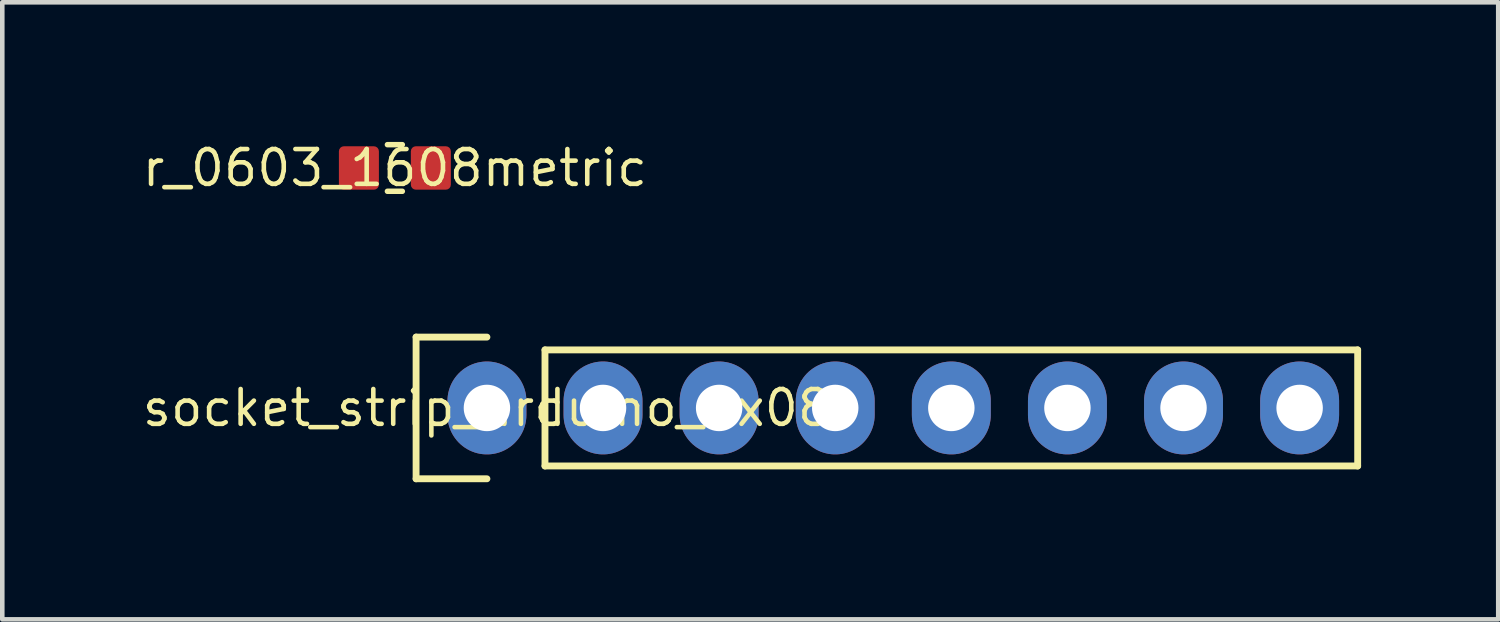
<source format=kicad_pcb>
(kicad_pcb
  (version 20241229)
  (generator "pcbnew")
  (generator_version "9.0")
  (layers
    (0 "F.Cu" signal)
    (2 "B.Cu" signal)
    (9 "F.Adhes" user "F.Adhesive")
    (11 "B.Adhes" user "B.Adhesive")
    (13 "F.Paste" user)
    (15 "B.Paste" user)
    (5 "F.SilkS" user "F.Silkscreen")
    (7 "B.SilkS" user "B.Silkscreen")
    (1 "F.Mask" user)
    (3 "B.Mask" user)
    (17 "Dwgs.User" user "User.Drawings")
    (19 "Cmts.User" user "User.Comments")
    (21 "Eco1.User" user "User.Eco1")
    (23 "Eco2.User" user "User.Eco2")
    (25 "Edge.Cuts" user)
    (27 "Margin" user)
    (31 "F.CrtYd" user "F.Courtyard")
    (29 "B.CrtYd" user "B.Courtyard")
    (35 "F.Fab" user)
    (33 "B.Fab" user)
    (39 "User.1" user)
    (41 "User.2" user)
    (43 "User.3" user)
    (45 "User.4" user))
  (footprint "r_0603_1608metric"
    (layer "F.Cu")
    (at 5.589 0.625)
    (property "Reference" "r_0603_1608metric" (at 0 0 0) (layer "F.SilkS") (effects (font (size 0.762 0.762) (thickness 0.1))))
    (attr through_hole)
    (fp_poly (pts (xy -0.2 -0.366) (xy -0.205 -0.416) (xy -0.22 -0.465) (xy -0.244 -0.51) (xy -0.276 -0.549) (xy -0.315 -0.581) (xy -0.36 -0.605) (xy -0.409 -0.62) (xy -0.459 -0.625) (xy -1.116 -0.625) (xy -1.166 -0.62) (xy -1.215 -0.605) (xy -1.26 -0.581) (xy -1.299 -0.549) (xy -1.331 -0.51) (xy -1.355 -0.465) (xy -1.37 -0.416) (xy -1.375 -0.366) (xy -1.375 0.366) (xy -1.37 0.416) (xy -1.355 0.465) (xy -1.331 0.51) (xy -1.299 0.549) (xy -1.26 0.581) (xy -1.215 0.605) (xy -1.166 0.62) (xy -1.116 0.625) (xy -0.459 0.625) (xy -0.409 0.62) (xy -0.36 0.605) (xy -0.315 0.581) (xy -0.276 0.549) (xy -0.244 0.51) (xy -0.22 0.465) (xy -0.205 0.416) (xy -0.2 0.366)) (stroke (width 0) (type solid)) (fill yes) (layer "F.Mask"))
    (fp_poly (pts (xy 1.375 -0.366) (xy 1.37 -0.416) (xy 1.355 -0.465) (xy 1.331 -0.51) (xy 1.299 -0.549) (xy 1.26 -0.581) (xy 1.215 -0.605) (xy 1.166 -0.62) (xy 1.116 -0.625) (xy 0.459 -0.625) (xy 0.409 -0.62) (xy 0.36 -0.605) (xy 0.315 -0.581) (xy 0.276 -0.549) (xy 0.244 -0.51) (xy 0.22 -0.465) (xy 0.205 -0.416) (xy 0.2 -0.366) (xy 0.2 0.366) (xy 0.205 0.416) (xy 0.22 0.465) (xy 0.244 0.51) (xy 0.276 0.549) (xy 0.315 0.581) (xy 0.36 0.605) (xy 0.409 0.62) (xy 0.459 0.625) (xy 1.116 0.625) (xy 1.166 0.62) (xy 1.215 0.605) (xy 1.26 0.581) (xy 1.299 0.549) (xy 1.331 0.51) (xy 1.355 0.465) (xy 1.37 0.416) (xy 1.375 0.366)) (stroke (width 0) (type solid)) (fill yes) (layer "F.Mask"))
    (fp_line (start -0.163 -0.51) (end 0.163 -0.51) (stroke (width 0.12) (type solid)) (layer "F.SilkS"))
    (fp_line (start -0.163 0.51) (end 0.163 0.51) (stroke (width 0.12) (type solid)) (layer "F.SilkS"))
    (pad "1" smd roundrect (at -0.787 0) (size 0.875 0.95) (layers "F.Cu" "F.Paste") (roundrect_rratio 0.125))
    (pad "2" smd roundrect (at 0.787 0) (size 0.875 0.95) (layers "F.Cu" "F.Paste") (roundrect_rratio 0.125)))
  (footprint "socket_strip_arduino_1x08"
    (layer "F.Cu")
    (at 7.603 5.875)
    (property "Reference" "socket_strip_arduino_1x08" (at 0 0 0) (layer "F.SilkS") (effects (font (size 0.762 0.762) (thickness 0.1))))
    (attr through_hole)
    (fp_poly (pts (xy 1.014 -0.152) (xy 0.994 -0.35) (xy 0.936 -0.54) (xy 0.843 -0.716) (xy 0.717 -0.869) (xy 0.563 -0.995) (xy 0.388 -1.089) (xy 0.198 -1.147) (xy 0 -1.166) (xy -0.198 -1.147) (xy -0.388 -1.089) (xy -0.563 -0.995) (xy -0.717 -0.869) (xy -0.843 -0.716) (xy -0.936 -0.54) (xy -0.994 -0.35) (xy -1.014 -0.152) (xy -1.014 0.152) (xy -0.994 0.35) (xy -0.936 0.54) (xy -0.843 0.716) (xy -0.717 0.869) (xy -0.563 0.995) (xy -0.388 1.089) (xy -0.198 1.147) (xy 0 1.166) (xy 0.198 1.147) (xy 0.388 1.089) (xy 0.563 0.995) (xy 0.717 0.869) (xy 0.843 0.716) (xy 0.936 0.54) (xy 0.994 0.35) (xy 1.014 0.152)) (stroke (width 0) (type solid)) (fill yes) (layer "F.Mask"))
    (fp_poly (pts (xy 3.554 -0.152) (xy 3.534 -0.35) (xy 3.476 -0.54) (xy 3.383 -0.716) (xy 3.257 -0.869) (xy 3.103 -0.995) (xy 2.928 -1.089) (xy 2.738 -1.147) (xy 2.54 -1.166) (xy 2.342 -1.147) (xy 2.152 -1.089) (xy 1.977 -0.995) (xy 1.823 -0.869) (xy 1.697 -0.716) (xy 1.604 -0.54) (xy 1.546 -0.35) (xy 1.526 -0.152) (xy 1.526 0.152) (xy 1.546 0.35) (xy 1.604 0.54) (xy 1.697 0.716) (xy 1.823 0.869) (xy 1.977 0.995) (xy 2.152 1.089) (xy 2.342 1.147) (xy 2.54 1.166) (xy 2.738 1.147) (xy 2.928 1.089) (xy 3.103 0.995) (xy 3.257 0.869) (xy 3.383 0.716) (xy 3.476 0.54) (xy 3.534 0.35) (xy 3.554 0.152)) (stroke (width 0) (type solid)) (fill yes) (layer "F.Mask"))
    (fp_poly (pts (xy 6.094 -0.152) (xy 6.074 -0.35) (xy 6.016 -0.54) (xy 5.923 -0.716) (xy 5.797 -0.869) (xy 5.643 -0.995) (xy 5.468 -1.089) (xy 5.278 -1.147) (xy 5.08 -1.166) (xy 4.882 -1.147) (xy 4.692 -1.089) (xy 4.517 -0.995) (xy 4.363 -0.869) (xy 4.237 -0.716) (xy 4.144 -0.54) (xy 4.086 -0.35) (xy 4.066 -0.152) (xy 4.066 0.152) (xy 4.086 0.35) (xy 4.144 0.54) (xy 4.237 0.716) (xy 4.363 0.869) (xy 4.517 0.995) (xy 4.692 1.089) (xy 4.882 1.147) (xy 5.08 1.166) (xy 5.278 1.147) (xy 5.468 1.089) (xy 5.643 0.995) (xy 5.797 0.869) (xy 5.923 0.716) (xy 6.016 0.54) (xy 6.074 0.35) (xy 6.094 0.152)) (stroke (width 0) (type solid)) (fill yes) (layer "F.Mask"))
    (fp_poly (pts (xy 8.634 -0.152) (xy 8.614 -0.35) (xy 8.556 -0.54) (xy 8.463 -0.716) (xy 8.337 -0.869) (xy 8.183 -0.995) (xy 8.008 -1.089) (xy 7.818 -1.147) (xy 7.62 -1.166) (xy 7.422 -1.147) (xy 7.232 -1.089) (xy 7.057 -0.995) (xy 6.903 -0.869) (xy 6.777 -0.716) (xy 6.684 -0.54) (xy 6.626 -0.35) (xy 6.606 -0.152) (xy 6.606 0.152) (xy 6.626 0.35) (xy 6.684 0.54) (xy 6.777 0.716) (xy 6.903 0.869) (xy 7.057 0.995) (xy 7.232 1.089) (xy 7.422 1.147) (xy 7.62 1.166) (xy 7.818 1.147) (xy 8.008 1.089) (xy 8.183 0.995) (xy 8.337 0.869) (xy 8.463 0.716) (xy 8.556 0.54) (xy 8.614 0.35) (xy 8.634 0.152)) (stroke (width 0) (type solid)) (fill yes) (layer "F.Mask"))
    (fp_poly (pts (xy 11.174 -0.152) (xy 11.154 -0.35) (xy 11.096 -0.54) (xy 11.003 -0.716) (xy 10.877 -0.869) (xy 10.723 -0.995) (xy 10.548 -1.089) (xy 10.358 -1.147) (xy 10.16 -1.166) (xy 9.962 -1.147) (xy 9.772 -1.089) (xy 9.597 -0.995) (xy 9.443 -0.869) (xy 9.317 -0.716) (xy 9.224 -0.54) (xy 9.166 -0.35) (xy 9.146 -0.152) (xy 9.146 0.152) (xy 9.166 0.35) (xy 9.224 0.54) (xy 9.317 0.716) (xy 9.443 0.869) (xy 9.597 0.995) (xy 9.772 1.089) (xy 9.962 1.147) (xy 10.16 1.166) (xy 10.358 1.147) (xy 10.548 1.089) (xy 10.723 0.995) (xy 10.877 0.869) (xy 11.003 0.716) (xy 11.096 0.54) (xy 11.154 0.35) (xy 11.174 0.152)) (stroke (width 0) (type solid)) (fill yes) (layer "F.Mask"))
    (fp_poly (pts (xy 13.714 -0.152) (xy 13.694 -0.35) (xy 13.636 -0.54) (xy 13.543 -0.716) (xy 13.417 -0.869) (xy 13.263 -0.995) (xy 13.088 -1.089) (xy 12.898 -1.147) (xy 12.7 -1.166) (xy 12.502 -1.147) (xy 12.312 -1.089) (xy 12.137 -0.995) (xy 11.983 -0.869) (xy 11.857 -0.716) (xy 11.764 -0.54) (xy 11.706 -0.35) (xy 11.686 -0.152) (xy 11.686 0.152) (xy 11.706 0.35) (xy 11.764 0.54) (xy 11.857 0.716) (xy 11.983 0.869) (xy 12.137 0.995) (xy 12.312 1.089) (xy 12.502 1.147) (xy 12.7 1.166) (xy 12.898 1.147) (xy 13.088 1.089) (xy 13.263 0.995) (xy 13.417 0.869) (xy 13.543 0.716) (xy 13.636 0.54) (xy 13.694 0.35) (xy 13.714 0.152)) (stroke (width 0) (type solid)) (fill yes) (layer "F.Mask"))
    (fp_poly (pts (xy 16.254 -0.152) (xy 16.234 -0.35) (xy 16.176 -0.54) (xy 16.083 -0.716) (xy 15.957 -0.869) (xy 15.803 -0.995) (xy 15.628 -1.089) (xy 15.438 -1.147) (xy 15.24 -1.166) (xy 15.042 -1.147) (xy 14.852 -1.089) (xy 14.677 -0.995) (xy 14.523 -0.869) (xy 14.397 -0.716) (xy 14.304 -0.54) (xy 14.246 -0.35) (xy 14.226 -0.152) (xy 14.226 0.152) (xy 14.246 0.35) (xy 14.304 0.54) (xy 14.397 0.716) (xy 14.523 0.869) (xy 14.677 0.995) (xy 14.852 1.089) (xy 15.042 1.147) (xy 15.24 1.166) (xy 15.438 1.147) (xy 15.628 1.089) (xy 15.803 0.995) (xy 15.957 0.869) (xy 16.083 0.716) (xy 16.176 0.54) (xy 16.234 0.35) (xy 16.254 0.152)) (stroke (width 0) (type solid)) (fill yes) (layer "F.Mask"))
    (fp_poly (pts (xy 18.794 -0.152) (xy 18.774 -0.35) (xy 18.716 -0.54) (xy 18.623 -0.716) (xy 18.497 -0.869) (xy 18.343 -0.995) (xy 18.168 -1.089) (xy 17.978 -1.147) (xy 17.78 -1.166) (xy 17.582 -1.147) (xy 17.392 -1.089) (xy 17.217 -0.995) (xy 17.063 -0.869) (xy 16.937 -0.716) (xy 16.844 -0.54) (xy 16.786 -0.35) (xy 16.766 -0.152) (xy 16.766 0.152) (xy 16.786 0.35) (xy 16.844 0.54) (xy 16.937 0.716) (xy 17.063 0.869) (xy 17.217 0.995) (xy 17.392 1.089) (xy 17.582 1.147) (xy 17.78 1.166) (xy 17.978 1.147) (xy 18.168 1.089) (xy 18.343 0.995) (xy 18.497 0.869) (xy 18.623 0.716) (xy 18.716 0.54) (xy 18.774 0.35) (xy 18.794 0.152)) (stroke (width 0) (type solid)) (fill yes) (layer "F.Mask"))
    (fp_poly (pts (xy 1.014 -0.152) (xy 0.994 -0.35) (xy 0.936 -0.54) (xy 0.843 -0.716) (xy 0.717 -0.869) (xy 0.563 -0.995) (xy 0.388 -1.089) (xy 0.198 -1.147) (xy 0 -1.166) (xy -0.198 -1.147) (xy -0.388 -1.089) (xy -0.563 -0.995) (xy -0.717 -0.869) (xy -0.843 -0.716) (xy -0.936 -0.54) (xy -0.994 -0.35) (xy -1.014 -0.152) (xy -1.014 0.152) (xy -0.994 0.35) (xy -0.936 0.54) (xy -0.843 0.716) (xy -0.717 0.869) (xy -0.563 0.995) (xy -0.388 1.089) (xy -0.198 1.147) (xy 0 1.166) (xy 0.198 1.147) (xy 0.388 1.089) (xy 0.563 0.995) (xy 0.717 0.869) (xy 0.843 0.716) (xy 0.936 0.54) (xy 0.994 0.35) (xy 1.014 0.152)) (stroke (width 0) (type solid)) (fill yes) (layer "B.Mask"))
    (fp_poly (pts (xy 3.554 -0.152) (xy 3.534 -0.35) (xy 3.476 -0.54) (xy 3.383 -0.716) (xy 3.257 -0.869) (xy 3.103 -0.995) (xy 2.928 -1.089) (xy 2.738 -1.147) (xy 2.54 -1.166) (xy 2.342 -1.147) (xy 2.152 -1.089) (xy 1.977 -0.995) (xy 1.823 -0.869) (xy 1.697 -0.716) (xy 1.604 -0.54) (xy 1.546 -0.35) (xy 1.526 -0.152) (xy 1.526 0.152) (xy 1.546 0.35) (xy 1.604 0.54) (xy 1.697 0.716) (xy 1.823 0.869) (xy 1.977 0.995) (xy 2.152 1.089) (xy 2.342 1.147) (xy 2.54 1.166) (xy 2.738 1.147) (xy 2.928 1.089) (xy 3.103 0.995) (xy 3.257 0.869) (xy 3.383 0.716) (xy 3.476 0.54) (xy 3.534 0.35) (xy 3.554 0.152)) (stroke (width 0) (type solid)) (fill yes) (layer "B.Mask"))
    (fp_poly (pts (xy 6.094 -0.152) (xy 6.074 -0.35) (xy 6.016 -0.54) (xy 5.923 -0.716) (xy 5.797 -0.869) (xy 5.643 -0.995) (xy 5.468 -1.089) (xy 5.278 -1.147) (xy 5.08 -1.166) (xy 4.882 -1.147) (xy 4.692 -1.089) (xy 4.517 -0.995) (xy 4.363 -0.869) (xy 4.237 -0.716) (xy 4.144 -0.54) (xy 4.086 -0.35) (xy 4.066 -0.152) (xy 4.066 0.152) (xy 4.086 0.35) (xy 4.144 0.54) (xy 4.237 0.716) (xy 4.363 0.869) (xy 4.517 0.995) (xy 4.692 1.089) (xy 4.882 1.147) (xy 5.08 1.166) (xy 5.278 1.147) (xy 5.468 1.089) (xy 5.643 0.995) (xy 5.797 0.869) (xy 5.923 0.716) (xy 6.016 0.54) (xy 6.074 0.35) (xy 6.094 0.152)) (stroke (width 0) (type solid)) (fill yes) (layer "B.Mask"))
    (fp_poly (pts (xy 8.634 -0.152) (xy 8.614 -0.35) (xy 8.556 -0.54) (xy 8.463 -0.716) (xy 8.337 -0.869) (xy 8.183 -0.995) (xy 8.008 -1.089) (xy 7.818 -1.147) (xy 7.62 -1.166) (xy 7.422 -1.147) (xy 7.232 -1.089) (xy 7.057 -0.995) (xy 6.903 -0.869) (xy 6.777 -0.716) (xy 6.684 -0.54) (xy 6.626 -0.35) (xy 6.606 -0.152) (xy 6.606 0.152) (xy 6.626 0.35) (xy 6.684 0.54) (xy 6.777 0.716) (xy 6.903 0.869) (xy 7.057 0.995) (xy 7.232 1.089) (xy 7.422 1.147) (xy 7.62 1.166) (xy 7.818 1.147) (xy 8.008 1.089) (xy 8.183 0.995) (xy 8.337 0.869) (xy 8.463 0.716) (xy 8.556 0.54) (xy 8.614 0.35) (xy 8.634 0.152)) (stroke (width 0) (type solid)) (fill yes) (layer "B.Mask"))
    (fp_poly (pts (xy 11.174 -0.152) (xy 11.154 -0.35) (xy 11.096 -0.54) (xy 11.003 -0.716) (xy 10.877 -0.869) (xy 10.723 -0.995) (xy 10.548 -1.089) (xy 10.358 -1.147) (xy 10.16 -1.166) (xy 9.962 -1.147) (xy 9.772 -1.089) (xy 9.597 -0.995) (xy 9.443 -0.869) (xy 9.317 -0.716) (xy 9.224 -0.54) (xy 9.166 -0.35) (xy 9.146 -0.152) (xy 9.146 0.152) (xy 9.166 0.35) (xy 9.224 0.54) (xy 9.317 0.716) (xy 9.443 0.869) (xy 9.597 0.995) (xy 9.772 1.089) (xy 9.962 1.147) (xy 10.16 1.166) (xy 10.358 1.147) (xy 10.548 1.089) (xy 10.723 0.995) (xy 10.877 0.869) (xy 11.003 0.716) (xy 11.096 0.54) (xy 11.154 0.35) (xy 11.174 0.152)) (stroke (width 0) (type solid)) (fill yes) (layer "B.Mask"))
    (fp_poly (pts (xy 13.714 -0.152) (xy 13.694 -0.35) (xy 13.636 -0.54) (xy 13.543 -0.716) (xy 13.417 -0.869) (xy 13.263 -0.995) (xy 13.088 -1.089) (xy 12.898 -1.147) (xy 12.7 -1.166) (xy 12.502 -1.147) (xy 12.312 -1.089) (xy 12.137 -0.995) (xy 11.983 -0.869) (xy 11.857 -0.716) (xy 11.764 -0.54) (xy 11.706 -0.35) (xy 11.686 -0.152) (xy 11.686 0.152) (xy 11.706 0.35) (xy 11.764 0.54) (xy 11.857 0.716) (xy 11.983 0.869) (xy 12.137 0.995) (xy 12.312 1.089) (xy 12.502 1.147) (xy 12.7 1.166) (xy 12.898 1.147) (xy 13.088 1.089) (xy 13.263 0.995) (xy 13.417 0.869) (xy 13.543 0.716) (xy 13.636 0.54) (xy 13.694 0.35) (xy 13.714 0.152)) (stroke (width 0) (type solid)) (fill yes) (layer "B.Mask"))
    (fp_poly (pts (xy 16.254 -0.152) (xy 16.234 -0.35) (xy 16.176 -0.54) (xy 16.083 -0.716) (xy 15.957 -0.869) (xy 15.803 -0.995) (xy 15.628 -1.089) (xy 15.438 -1.147) (xy 15.24 -1.166) (xy 15.042 -1.147) (xy 14.852 -1.089) (xy 14.677 -0.995) (xy 14.523 -0.869) (xy 14.397 -0.716) (xy 14.304 -0.54) (xy 14.246 -0.35) (xy 14.226 -0.152) (xy 14.226 0.152) (xy 14.246 0.35) (xy 14.304 0.54) (xy 14.397 0.716) (xy 14.523 0.869) (xy 14.677 0.995) (xy 14.852 1.089) (xy 15.042 1.147) (xy 15.24 1.166) (xy 15.438 1.147) (xy 15.628 1.089) (xy 15.803 0.995) (xy 15.957 0.869) (xy 16.083 0.716) (xy 16.176 0.54) (xy 16.234 0.35) (xy 16.254 0.152)) (stroke (width 0) (type solid)) (fill yes) (layer "B.Mask"))
    (fp_poly (pts (xy 18.794 -0.152) (xy 18.774 -0.35) (xy 18.716 -0.54) (xy 18.623 -0.716) (xy 18.497 -0.869) (xy 18.343 -0.995) (xy 18.168 -1.089) (xy 17.978 -1.147) (xy 17.78 -1.166) (xy 17.582 -1.147) (xy 17.392 -1.089) (xy 17.217 -0.995) (xy 17.063 -0.869) (xy 16.937 -0.716) (xy 16.844 -0.54) (xy 16.786 -0.35) (xy 16.766 -0.152) (xy 16.766 0.152) (xy 16.786 0.35) (xy 16.844 0.54) (xy 16.937 0.716) (xy 17.063 0.869) (xy 17.217 0.995) (xy 17.392 1.089) (xy 17.582 1.147) (xy 17.78 1.166) (xy 17.978 1.147) (xy 18.168 1.089) (xy 18.343 0.995) (xy 18.497 0.869) (xy 18.623 0.716) (xy 18.716 0.54) (xy 18.774 0.35) (xy 18.794 0.152)) (stroke (width 0) (type solid)) (fill yes) (layer "B.Mask"))
    (fp_line (start -1.55 -1.55) (end -1.55 1.55) (stroke (width 0.15) (type solid)) (layer "F.SilkS"))
    (fp_line (start -1.55 1.55) (end 0 1.55) (stroke (width 0.15) (type solid)) (layer "F.SilkS"))
    (fp_line (start 0 -1.55) (end -1.55 -1.55) (stroke (width 0.15) (type solid)) (layer "F.SilkS"))
    (fp_line (start 1.27 1.27) (end 1.27 -1.27) (stroke (width 0.15) (type solid)) (layer "F.SilkS"))
    (fp_line (start 1.27 1.27) (end 19.05 1.27) (stroke (width 0.15) (type solid)) (layer "F.SilkS"))
    (fp_line (start 19.05 -1.27) (end 1.27 -1.27) (stroke (width 0.15) (type solid)) (layer "F.SilkS"))
    (fp_line (start 19.05 1.27) (end 19.05 -1.27) (stroke (width 0.15) (type solid)) (layer "F.SilkS"))
    (pad "1" thru_hole oval (at 0 0) (size 1.727 2.032) (drill 1.016) (layers "*.Cu"))
    (pad "2" thru_hole oval (at 2.54 0) (size 1.727 2.032) (drill 1.016) (layers "*.Cu"))
    (pad "3" thru_hole oval (at 5.08 0) (size 1.727 2.032) (drill 1.016) (layers "*.Cu"))
    (pad "4" thru_hole oval (at 7.62 0) (size 1.727 2.032) (drill 1.016) (layers "*.Cu"))
    (pad "5" thru_hole oval (at 10.16 0) (size 1.727 2.032) (drill 1.016) (layers "*.Cu"))
    (pad "6" thru_hole oval (at 12.7 0) (size 1.727 2.032) (drill 1.016) (layers "*.Cu"))
    (pad "7" thru_hole oval (at 15.24 0) (size 1.727 2.032) (drill 1.016) (layers "*.Cu"))
    (pad "8" thru_hole oval (at 17.78 0) (size 1.727 2.032) (drill 1.016) (layers "*.Cu")))
  (gr_rect
    (start -3 -3)
    (end 29.728 10.5)
    (stroke (width 0.1) (type default))
    (fill no)
    (layer "Edge.Cuts")))
</source>
